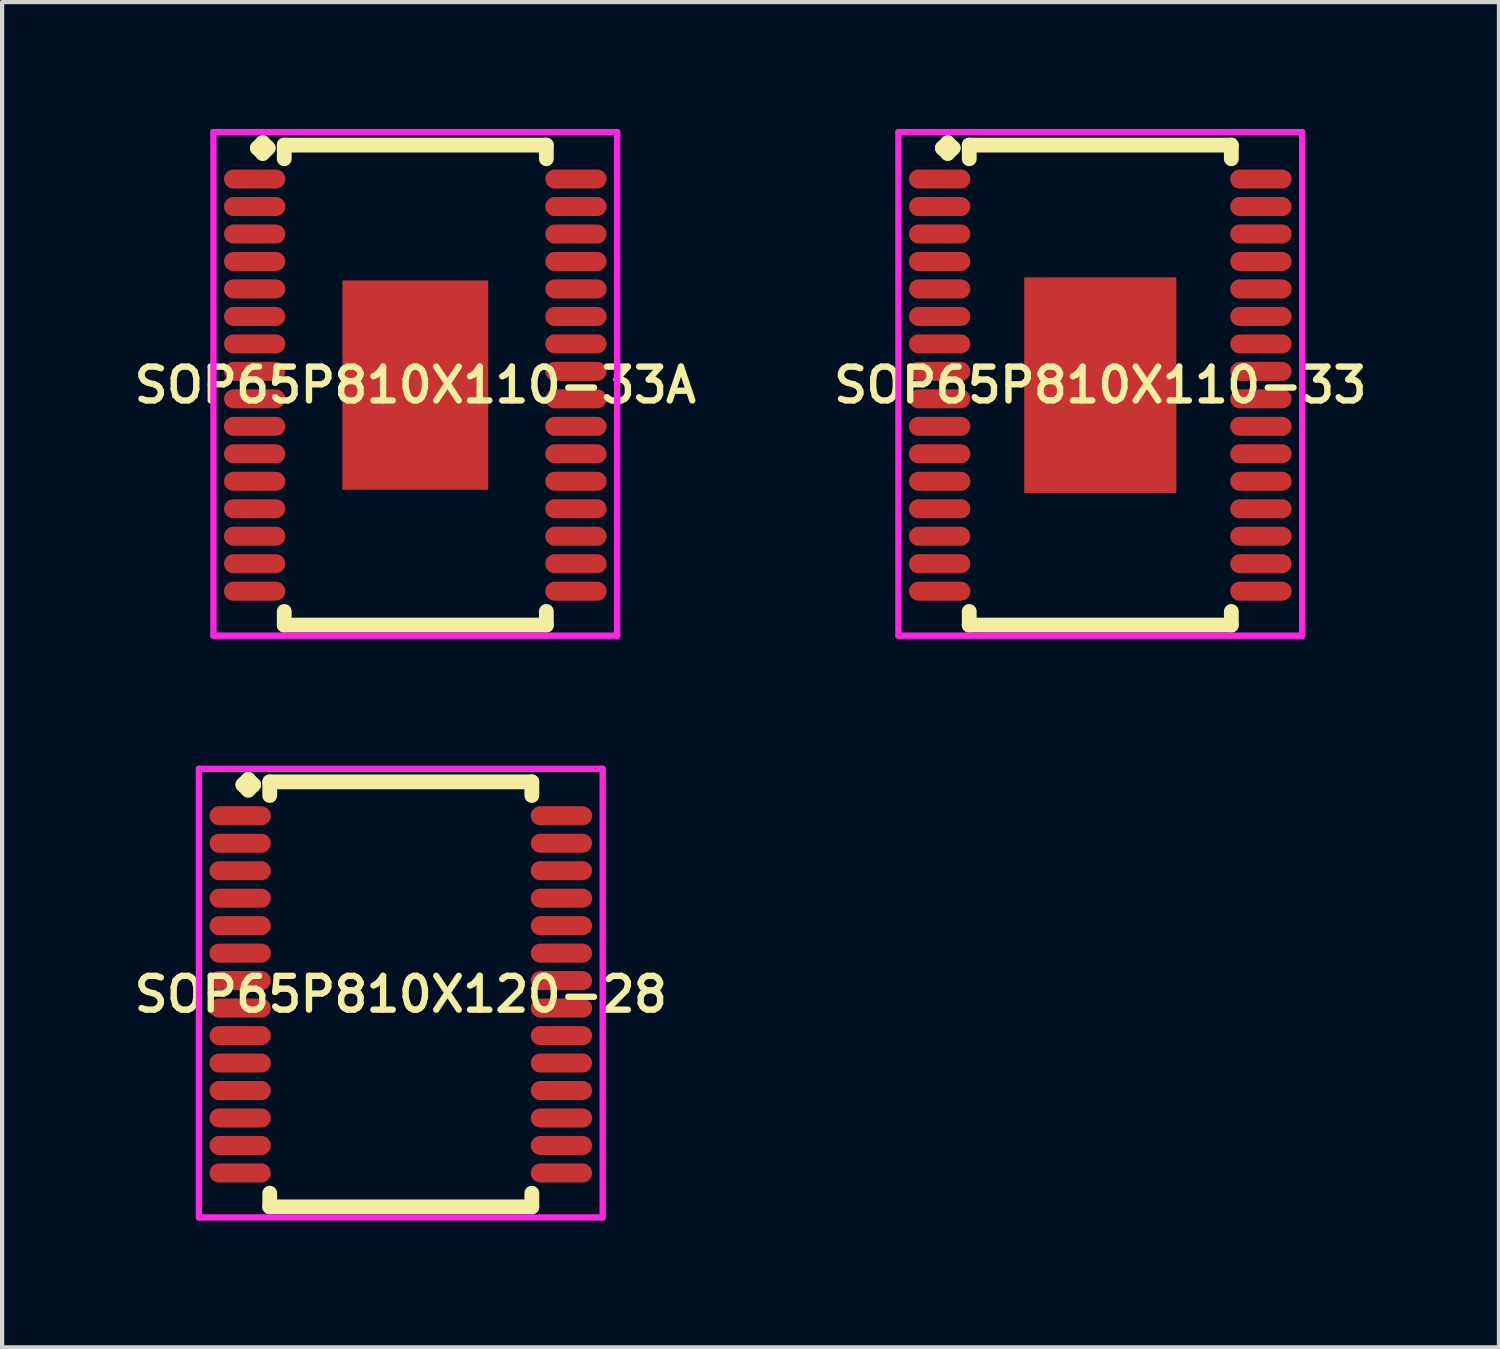
<source format=kicad_pcb>
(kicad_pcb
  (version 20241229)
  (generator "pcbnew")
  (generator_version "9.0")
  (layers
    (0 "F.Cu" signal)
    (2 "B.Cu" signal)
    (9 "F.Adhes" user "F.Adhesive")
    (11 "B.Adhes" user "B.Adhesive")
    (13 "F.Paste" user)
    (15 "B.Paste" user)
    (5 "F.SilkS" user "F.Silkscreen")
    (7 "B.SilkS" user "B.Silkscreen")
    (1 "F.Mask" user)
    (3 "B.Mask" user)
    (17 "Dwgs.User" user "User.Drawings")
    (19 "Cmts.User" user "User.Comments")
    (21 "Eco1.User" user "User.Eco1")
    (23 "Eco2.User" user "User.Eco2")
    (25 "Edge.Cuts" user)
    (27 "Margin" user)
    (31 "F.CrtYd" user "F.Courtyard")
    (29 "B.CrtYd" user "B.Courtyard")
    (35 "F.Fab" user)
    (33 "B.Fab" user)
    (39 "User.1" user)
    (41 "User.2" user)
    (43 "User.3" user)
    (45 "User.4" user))
  (footprint "SOP65P810X110-33"
    (layer "F.Cu")
    (at 22.978 6.06)
    (property "Reference" "SOP65P810X110-33" (at 0 0 0) (layer "F.SilkS") (effects (font (size 0.8 0.8) (thickness 0.15))))
    (attr smd)
    (fp_line (start -3.735 -5.608) (end -3.608 -5.735) (stroke (width 0.35) (type solid)) (layer "F.SilkS"))
    (fp_line (start -3.608 -5.735) (end -3.481 -5.608) (stroke (width 0.35) (type solid)) (layer "F.SilkS"))
    (fp_line (start -3.608 -5.481) (end -3.735 -5.608) (stroke (width 0.35) (type solid)) (layer "F.SilkS"))
    (fp_line (start -3.481 -5.608) (end -3.608 -5.481) (stroke (width 0.35) (type solid)) (layer "F.SilkS"))
    (fp_line (start -3.1 -5.677) (end 3.1 -5.677) (stroke (width 0.35) (type solid)) (layer "F.SilkS"))
    (fp_line (start -3.1 -5.354) (end -3.1 -5.677) (stroke (width 0.35) (type solid)) (layer "F.SilkS"))
    (fp_line (start -3.1 5.354) (end -3.1 5.677) (stroke (width 0.35) (type solid)) (layer "F.SilkS"))
    (fp_line (start -3.1 5.677) (end 3.1 5.677) (stroke (width 0.35) (type solid)) (layer "F.SilkS"))
    (fp_line (start 3.1 -5.677) (end 3.1 -5.354) (stroke (width 0.35) (type solid)) (layer "F.SilkS"))
    (fp_line (start 3.1 5.677) (end 3.1 5.354) (stroke (width 0.35) (type solid)) (layer "F.SilkS"))
    (fp_line (start -4.775 -5.985) (end 4.775 -5.985) (stroke (width 0.15) (type solid)) (layer "F.CrtYd"))
    (fp_line (start -4.775 5.927) (end -4.775 -5.985) (stroke (width 0.15) (type solid)) (layer "F.CrtYd"))
    (fp_line (start 4.775 -5.985) (end 4.775 5.927) (stroke (width 0.15) (type solid)) (layer "F.CrtYd"))
    (fp_line (start 4.775 5.927) (end -4.775 5.927) (stroke (width 0.15) (type solid)) (layer "F.CrtYd"))
    (pad "1" smd oval (at -3.8 -4.875) (size 1.45 0.45) (layers "F.Cu" "F.Mask" "F.Paste"))
    (pad "2" smd oval (at -3.8 -4.225) (size 1.45 0.45) (layers "F.Cu" "F.Mask" "F.Paste"))
    (pad "3" smd oval (at -3.8 -3.575) (size 1.45 0.45) (layers "F.Cu" "F.Mask" "F.Paste"))
    (pad "4" smd oval (at -3.8 -2.925) (size 1.45 0.45) (layers "F.Cu" "F.Mask" "F.Paste"))
    (pad "5" smd oval (at -3.8 -2.275) (size 1.45 0.45) (layers "F.Cu" "F.Mask" "F.Paste"))
    (pad "6" smd oval (at -3.8 -1.625) (size 1.45 0.45) (layers "F.Cu" "F.Mask" "F.Paste"))
    (pad "7" smd oval (at -3.8 -0.975) (size 1.45 0.45) (layers "F.Cu" "F.Mask" "F.Paste"))
    (pad "8" smd oval (at -3.8 -0.325) (size 1.45 0.45) (layers "F.Cu" "F.Mask" "F.Paste"))
    (pad "9" smd oval (at -3.8 0.325) (size 1.45 0.45) (layers "F.Cu" "F.Mask" "F.Paste"))
    (pad "10" smd oval (at -3.8 0.975) (size 1.45 0.45) (layers "F.Cu" "F.Mask" "F.Paste"))
    (pad "11" smd oval (at -3.8 1.625) (size 1.45 0.45) (layers "F.Cu" "F.Mask" "F.Paste"))
    (pad "12" smd oval (at -3.8 2.275) (size 1.45 0.45) (layers "F.Cu" "F.Mask" "F.Paste"))
    (pad "13" smd oval (at -3.8 2.925) (size 1.45 0.45) (layers "F.Cu" "F.Mask" "F.Paste"))
    (pad "14" smd oval (at -3.8 3.575) (size 1.45 0.45) (layers "F.Cu" "F.Mask" "F.Paste"))
    (pad "15" smd oval (at -3.8 4.225) (size 1.45 0.45) (layers "F.Cu" "F.Mask" "F.Paste"))
    (pad "16" smd oval (at -3.8 4.875) (size 1.45 0.45) (layers "F.Cu" "F.Mask" "F.Paste"))
    (pad "17" smd oval (at 3.8 4.875) (size 1.45 0.45) (layers "F.Cu" "F.Mask" "F.Paste"))
    (pad "18" smd oval (at 3.8 4.225) (size 1.45 0.45) (layers "F.Cu" "F.Mask" "F.Paste"))
    (pad "19" smd oval (at 3.8 3.575) (size 1.45 0.45) (layers "F.Cu" "F.Mask" "F.Paste"))
    (pad "20" smd oval (at 3.8 2.925) (size 1.45 0.45) (layers "F.Cu" "F.Mask" "F.Paste"))
    (pad "21" smd oval (at 3.8 2.275) (size 1.45 0.45) (layers "F.Cu" "F.Mask" "F.Paste"))
    (pad "22" smd oval (at 3.8 1.625) (size 1.45 0.45) (layers "F.Cu" "F.Mask" "F.Paste"))
    (pad "23" smd oval (at 3.8 0.975) (size 1.45 0.45) (layers "F.Cu" "F.Mask" "F.Paste"))
    (pad "24" smd oval (at 3.8 0.325) (size 1.45 0.45) (layers "F.Cu" "F.Mask" "F.Paste"))
    (pad "25" smd oval (at 3.8 -0.325) (size 1.45 0.45) (layers "F.Cu" "F.Mask" "F.Paste"))
    (pad "26" smd oval (at 3.8 -0.975) (size 1.45 0.45) (layers "F.Cu" "F.Mask" "F.Paste"))
    (pad "27" smd oval (at 3.8 -1.625) (size 1.45 0.45) (layers "F.Cu" "F.Mask" "F.Paste"))
    (pad "28" smd oval (at 3.8 -2.275) (size 1.45 0.45) (layers "F.Cu" "F.Mask" "F.Paste"))
    (pad "29" smd oval (at 3.8 -2.925) (size 1.45 0.45) (layers "F.Cu" "F.Mask" "F.Paste"))
    (pad "30" smd oval (at 3.8 -3.575) (size 1.45 0.45) (layers "F.Cu" "F.Mask" "F.Paste"))
    (pad "31" smd oval (at 3.8 -4.225) (size 1.45 0.45) (layers "F.Cu" "F.Mask" "F.Paste"))
    (pad "32" smd oval (at 3.8 -4.875) (size 1.45 0.45) (layers "F.Cu" "F.Mask" "F.Paste"))
    (pad "33" smd rect (at 0 0) (size 3.6 5.1) (layers "F.Cu" "F.Mask" "F.Paste")))
  (footprint "SOP65P810X120-28"
    (layer "F.Cu")
    (at 6.431 20.472)
    (property "Reference" "SOP65P810X120-28" (at 0 0 0) (layer "F.SilkS") (effects (font (size 0.8 0.8) (thickness 0.15))))
    (attr smd)
    (fp_line (start -3.735 -4.958) (end -3.608 -5.085) (stroke (width 0.35) (type solid)) (layer "F.SilkS"))
    (fp_line (start -3.608 -5.085) (end -3.481 -4.958) (stroke (width 0.35) (type solid)) (layer "F.SilkS"))
    (fp_line (start -3.608 -4.831) (end -3.735 -4.958) (stroke (width 0.35) (type solid)) (layer "F.SilkS"))
    (fp_line (start -3.481 -4.958) (end -3.608 -4.831) (stroke (width 0.35) (type solid)) (layer "F.SilkS"))
    (fp_line (start -3.1 -5.027) (end 3.1 -5.027) (stroke (width 0.35) (type solid)) (layer "F.SilkS"))
    (fp_line (start -3.1 -4.704) (end -3.1 -5.027) (stroke (width 0.35) (type solid)) (layer "F.SilkS"))
    (fp_line (start -3.1 4.704) (end -3.1 5.027) (stroke (width 0.35) (type solid)) (layer "F.SilkS"))
    (fp_line (start -3.1 5.027) (end 3.1 5.027) (stroke (width 0.35) (type solid)) (layer "F.SilkS"))
    (fp_line (start 3.1 -5.027) (end 3.1 -4.704) (stroke (width 0.35) (type solid)) (layer "F.SilkS"))
    (fp_line (start 3.1 5.027) (end 3.1 4.704) (stroke (width 0.35) (type solid)) (layer "F.SilkS"))
    (fp_line (start -4.775 -5.335) (end 4.775 -5.335) (stroke (width 0.15) (type solid)) (layer "F.CrtYd"))
    (fp_line (start -4.775 5.277) (end -4.775 -5.335) (stroke (width 0.15) (type solid)) (layer "F.CrtYd"))
    (fp_line (start 4.775 -5.335) (end 4.775 5.277) (stroke (width 0.15) (type solid)) (layer "F.CrtYd"))
    (fp_line (start 4.775 5.277) (end -4.775 5.277) (stroke (width 0.15) (type solid)) (layer "F.CrtYd"))
    (pad "1" smd oval (at -3.8 -4.225) (size 1.45 0.45) (layers "F.Cu" "F.Mask" "F.Paste"))
    (pad "2" smd oval (at -3.8 -3.575) (size 1.45 0.45) (layers "F.Cu" "F.Mask" "F.Paste"))
    (pad "3" smd oval (at -3.8 -2.925) (size 1.45 0.45) (layers "F.Cu" "F.Mask" "F.Paste"))
    (pad "4" smd oval (at -3.8 -2.275) (size 1.45 0.45) (layers "F.Cu" "F.Mask" "F.Paste"))
    (pad "5" smd oval (at -3.8 -1.625) (size 1.45 0.45) (layers "F.Cu" "F.Mask" "F.Paste"))
    (pad "6" smd oval (at -3.8 -0.975) (size 1.45 0.45) (layers "F.Cu" "F.Mask" "F.Paste"))
    (pad "7" smd oval (at -3.8 -0.325) (size 1.45 0.45) (layers "F.Cu" "F.Mask" "F.Paste"))
    (pad "8" smd oval (at -3.8 0.325) (size 1.45 0.45) (layers "F.Cu" "F.Mask" "F.Paste"))
    (pad "9" smd oval (at -3.8 0.975) (size 1.45 0.45) (layers "F.Cu" "F.Mask" "F.Paste"))
    (pad "10" smd oval (at -3.8 1.625) (size 1.45 0.45) (layers "F.Cu" "F.Mask" "F.Paste"))
    (pad "11" smd oval (at -3.8 2.275) (size 1.45 0.45) (layers "F.Cu" "F.Mask" "F.Paste"))
    (pad "12" smd oval (at -3.8 2.925) (size 1.45 0.45) (layers "F.Cu" "F.Mask" "F.Paste"))
    (pad "13" smd oval (at -3.8 3.575) (size 1.45 0.45) (layers "F.Cu" "F.Mask" "F.Paste"))
    (pad "14" smd oval (at -3.8 4.225) (size 1.45 0.45) (layers "F.Cu" "F.Mask" "F.Paste"))
    (pad "15" smd oval (at 3.8 4.225) (size 1.45 0.45) (layers "F.Cu" "F.Mask" "F.Paste"))
    (pad "16" smd oval (at 3.8 3.575) (size 1.45 0.45) (layers "F.Cu" "F.Mask" "F.Paste"))
    (pad "17" smd oval (at 3.8 2.925) (size 1.45 0.45) (layers "F.Cu" "F.Mask" "F.Paste"))
    (pad "18" smd oval (at 3.8 2.275) (size 1.45 0.45) (layers "F.Cu" "F.Mask" "F.Paste"))
    (pad "19" smd oval (at 3.8 1.625) (size 1.45 0.45) (layers "F.Cu" "F.Mask" "F.Paste"))
    (pad "20" smd oval (at 3.8 0.975) (size 1.45 0.45) (layers "F.Cu" "F.Mask" "F.Paste"))
    (pad "21" smd oval (at 3.8 0.325) (size 1.45 0.45) (layers "F.Cu" "F.Mask" "F.Paste"))
    (pad "22" smd oval (at 3.8 -0.325) (size 1.45 0.45) (layers "F.Cu" "F.Mask" "F.Paste"))
    (pad "23" smd oval (at 3.8 -0.975) (size 1.45 0.45) (layers "F.Cu" "F.Mask" "F.Paste"))
    (pad "24" smd oval (at 3.8 -1.625) (size 1.45 0.45) (layers "F.Cu" "F.Mask" "F.Paste"))
    (pad "25" smd oval (at 3.8 -2.275) (size 1.45 0.45) (layers "F.Cu" "F.Mask" "F.Paste"))
    (pad "26" smd oval (at 3.8 -2.925) (size 1.45 0.45) (layers "F.Cu" "F.Mask" "F.Paste"))
    (pad "27" smd oval (at 3.8 -3.575) (size 1.45 0.45) (layers "F.Cu" "F.Mask" "F.Paste"))
    (pad "28" smd oval (at 3.8 -4.225) (size 1.45 0.45) (layers "F.Cu" "F.Mask" "F.Paste")))
  (footprint "SOP65P810X110-33A"
    (layer "F.Cu")
    (at 6.774 6.06)
    (property "Reference" "SOP65P810X110-33A" (at 0 0 0) (layer "F.SilkS") (effects (font (size 0.8 0.8) (thickness 0.15))))
    (attr smd)
    (fp_line (start -3.735 -5.608) (end -3.608 -5.735) (stroke (width 0.35) (type solid)) (layer "F.SilkS"))
    (fp_line (start -3.608 -5.735) (end -3.481 -5.608) (stroke (width 0.35) (type solid)) (layer "F.SilkS"))
    (fp_line (start -3.608 -5.481) (end -3.735 -5.608) (stroke (width 0.35) (type solid)) (layer "F.SilkS"))
    (fp_line (start -3.481 -5.608) (end -3.608 -5.481) (stroke (width 0.35) (type solid)) (layer "F.SilkS"))
    (fp_line (start -3.1 -5.677) (end 3.1 -5.677) (stroke (width 0.35) (type solid)) (layer "F.SilkS"))
    (fp_line (start -3.1 -5.354) (end -3.1 -5.677) (stroke (width 0.35) (type solid)) (layer "F.SilkS"))
    (fp_line (start -3.1 5.354) (end -3.1 5.677) (stroke (width 0.35) (type solid)) (layer "F.SilkS"))
    (fp_line (start -3.1 5.677) (end 3.1 5.677) (stroke (width 0.35) (type solid)) (layer "F.SilkS"))
    (fp_line (start 3.1 -5.677) (end 3.1 -5.354) (stroke (width 0.35) (type solid)) (layer "F.SilkS"))
    (fp_line (start 3.1 5.677) (end 3.1 5.354) (stroke (width 0.35) (type solid)) (layer "F.SilkS"))
    (fp_line (start -4.775 -5.985) (end 4.775 -5.985) (stroke (width 0.15) (type solid)) (layer "F.CrtYd"))
    (fp_line (start -4.775 5.927) (end -4.775 -5.985) (stroke (width 0.15) (type solid)) (layer "F.CrtYd"))
    (fp_line (start 4.775 -5.985) (end 4.775 5.927) (stroke (width 0.15) (type solid)) (layer "F.CrtYd"))
    (fp_line (start 4.775 5.927) (end -4.775 5.927) (stroke (width 0.15) (type solid)) (layer "F.CrtYd"))
    (pad "1" smd oval (at -3.8 -4.875) (size 1.45 0.45) (layers "F.Cu" "F.Mask" "F.Paste"))
    (pad "2" smd oval (at -3.8 -4.225) (size 1.45 0.45) (layers "F.Cu" "F.Mask" "F.Paste"))
    (pad "3" smd oval (at -3.8 -3.575) (size 1.45 0.45) (layers "F.Cu" "F.Mask" "F.Paste"))
    (pad "4" smd oval (at -3.8 -2.925) (size 1.45 0.45) (layers "F.Cu" "F.Mask" "F.Paste"))
    (pad "5" smd oval (at -3.8 -2.275) (size 1.45 0.45) (layers "F.Cu" "F.Mask" "F.Paste"))
    (pad "6" smd oval (at -3.8 -1.625) (size 1.45 0.45) (layers "F.Cu" "F.Mask" "F.Paste"))
    (pad "7" smd oval (at -3.8 -0.975) (size 1.45 0.45) (layers "F.Cu" "F.Mask" "F.Paste"))
    (pad "8" smd oval (at -3.8 -0.325) (size 1.45 0.45) (layers "F.Cu" "F.Mask" "F.Paste"))
    (pad "9" smd oval (at -3.8 0.325) (size 1.45 0.45) (layers "F.Cu" "F.Mask" "F.Paste"))
    (pad "10" smd oval (at -3.8 0.975) (size 1.45 0.45) (layers "F.Cu" "F.Mask" "F.Paste"))
    (pad "11" smd oval (at -3.8 1.625) (size 1.45 0.45) (layers "F.Cu" "F.Mask" "F.Paste"))
    (pad "12" smd oval (at -3.8 2.275) (size 1.45 0.45) (layers "F.Cu" "F.Mask" "F.Paste"))
    (pad "13" smd oval (at -3.8 2.925) (size 1.45 0.45) (layers "F.Cu" "F.Mask" "F.Paste"))
    (pad "14" smd oval (at -3.8 3.575) (size 1.45 0.45) (layers "F.Cu" "F.Mask" "F.Paste"))
    (pad "15" smd oval (at -3.8 4.225) (size 1.45 0.45) (layers "F.Cu" "F.Mask" "F.Paste"))
    (pad "16" smd oval (at -3.8 4.875) (size 1.45 0.45) (layers "F.Cu" "F.Mask" "F.Paste"))
    (pad "17" smd oval (at 3.8 4.875) (size 1.45 0.45) (layers "F.Cu" "F.Mask" "F.Paste"))
    (pad "18" smd oval (at 3.8 4.225) (size 1.45 0.45) (layers "F.Cu" "F.Mask" "F.Paste"))
    (pad "19" smd oval (at 3.8 3.575) (size 1.45 0.45) (layers "F.Cu" "F.Mask" "F.Paste"))
    (pad "20" smd oval (at 3.8 2.925) (size 1.45 0.45) (layers "F.Cu" "F.Mask" "F.Paste"))
    (pad "21" smd oval (at 3.8 2.275) (size 1.45 0.45) (layers "F.Cu" "F.Mask" "F.Paste"))
    (pad "22" smd oval (at 3.8 1.625) (size 1.45 0.45) (layers "F.Cu" "F.Mask" "F.Paste"))
    (pad "23" smd oval (at 3.8 0.975) (size 1.45 0.45) (layers "F.Cu" "F.Mask" "F.Paste"))
    (pad "24" smd oval (at 3.8 0.325) (size 1.45 0.45) (layers "F.Cu" "F.Mask" "F.Paste"))
    (pad "25" smd oval (at 3.8 -0.325) (size 1.45 0.45) (layers "F.Cu" "F.Mask" "F.Paste"))
    (pad "26" smd oval (at 3.8 -0.975) (size 1.45 0.45) (layers "F.Cu" "F.Mask" "F.Paste"))
    (pad "27" smd oval (at 3.8 -1.625) (size 1.45 0.45) (layers "F.Cu" "F.Mask" "F.Paste"))
    (pad "28" smd oval (at 3.8 -2.275) (size 1.45 0.45) (layers "F.Cu" "F.Mask" "F.Paste"))
    (pad "29" smd oval (at 3.8 -2.925) (size 1.45 0.45) (layers "F.Cu" "F.Mask" "F.Paste"))
    (pad "30" smd oval (at 3.8 -3.575) (size 1.45 0.45) (layers "F.Cu" "F.Mask" "F.Paste"))
    (pad "31" smd oval (at 3.8 -4.225) (size 1.45 0.45) (layers "F.Cu" "F.Mask" "F.Paste"))
    (pad "32" smd oval (at 3.8 -4.875) (size 1.45 0.45) (layers "F.Cu" "F.Mask" "F.Paste"))
    (pad "33" smd rect (at 0 0) (size 3.45 4.95) (layers "F.Cu" "F.Mask" "F.Paste")))
  (gr_rect
    (start -3 -3)
    (end 32.409 28.824)
    (stroke (width 0.1) (type default))
    (fill no)
    (layer "Edge.Cuts")))
</source>
